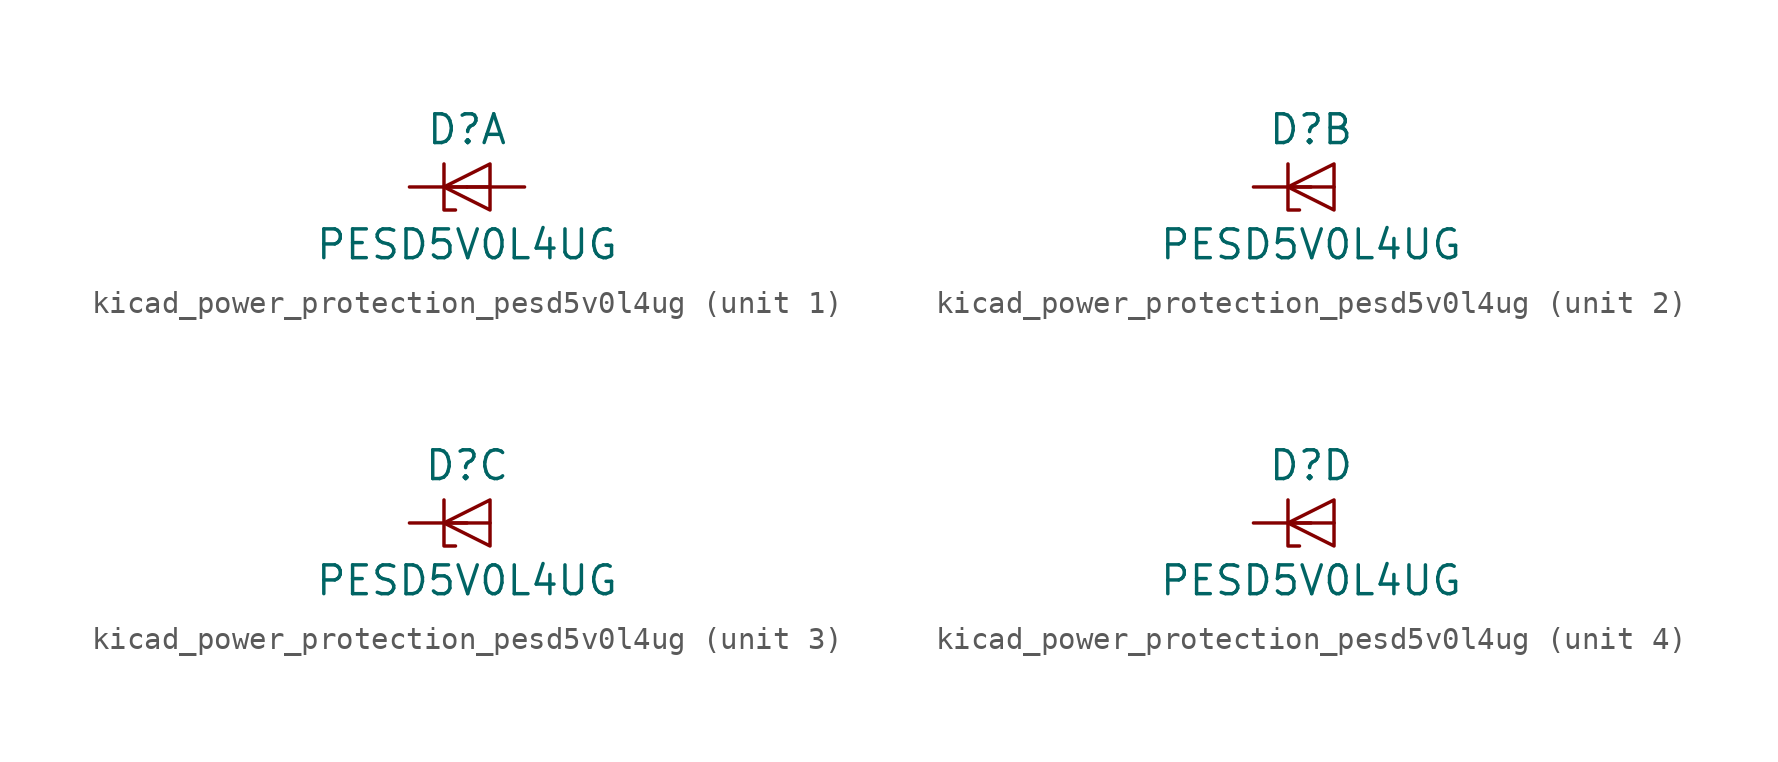
<source format=kicad_sym>
(kicad_symbol_lib
  (version 20220914)
  (generator kicad_symbol_editor)
  (symbol "kicad_power_protection_pesd5v0l4ug"
    (pin_numbers hide)
    (pin_names hide)
    (property "Reference" "D"
      (at 0 2.54 0)
      (effects (font (size 1.27 1.27))))
    (property "Value" "PESD5V0L4UG"
      (at 0 -2.54 0)
      (effects (font (size 1.27 1.27))))
    (property "ki_locked" ""
      (at 0 0 0)
      (effects (font (size 1.27 1.27))))
    (symbol "kicad_power_protection_pesd5v0l4ug_0_1"
      (polyline (pts (xy -1.016 0) (xy 1.016 0)) (stroke (width 0) (type default)) (fill (type none)))
      (polyline (pts (xy -1.016 1.016) (xy -1.016 -1.016) (xy -0.508 -1.016)) (stroke (width 0) (type default)) (fill (type none)))
      (polyline (pts (xy 1.016 1.016) (xy -1.016 0) (xy 1.016 -1.016) (xy 1.016 1.016)) (stroke (width 0) (type default)) (fill (type none))))
    (symbol "kicad_power_protection_pesd5v0l4ug_1_1"
      (pin passive line (at -2.54 0 0) (length 2.54) (name "K1" (effects (font (size 1.27 1.27)))) (number "1" (effects (font (size 1.27 1.27)))))
      (pin passive line (at 2.54 0 180) (length 2.54) (name "A" (effects (font (size 1.27 1.27)))) (number "2" (effects (font (size 1.27 1.27))))))
    (symbol "kicad_power_protection_pesd5v0l4ug_2_1"
      (pin passive line (at -2.54 0 0) (length 2.54) (name "K2" (effects (font (size 1.27 1.27)))) (number "3" (effects (font (size 1.27 1.27))))))
    (symbol "kicad_power_protection_pesd5v0l4ug_3_1"
      (pin passive line (at -2.54 0 0) (length 2.54) (name "K3" (effects (font (size 1.27 1.27)))) (number "4" (effects (font (size 1.27 1.27))))))
    (symbol "kicad_power_protection_pesd5v0l4ug_4_1"
      (pin passive line (at -2.54 0 0) (length 2.54) (name "K4" (effects (font (size 1.27 1.27)))) (number "5" (effects (font (size 1.27 1.27))))))))
</source>
